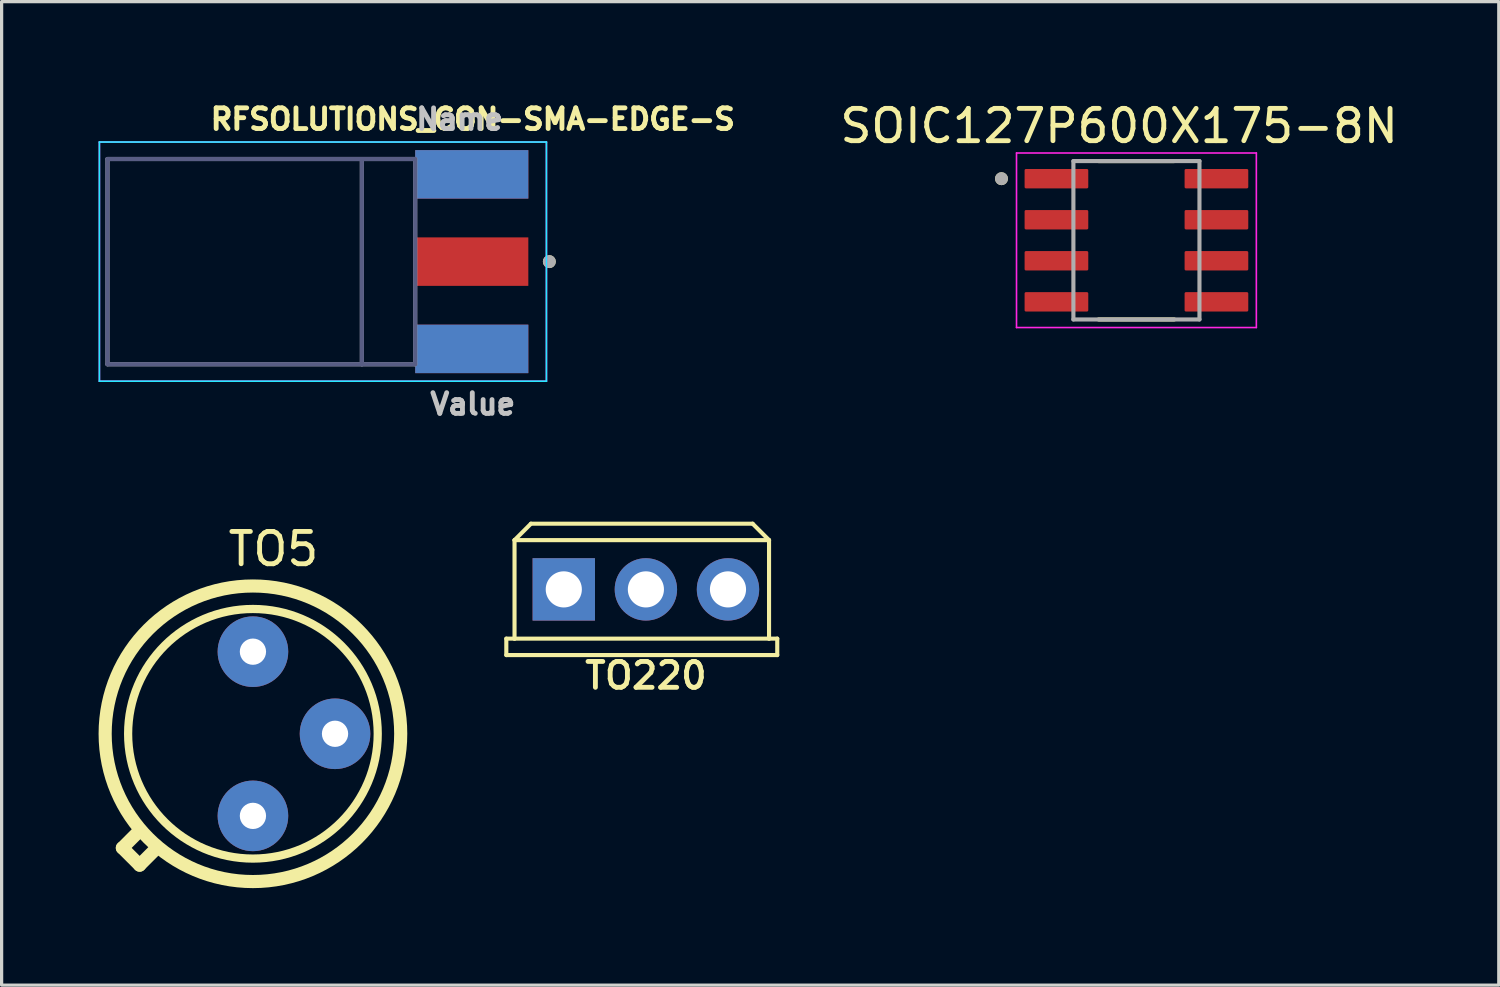
<source format=kicad_pcb>
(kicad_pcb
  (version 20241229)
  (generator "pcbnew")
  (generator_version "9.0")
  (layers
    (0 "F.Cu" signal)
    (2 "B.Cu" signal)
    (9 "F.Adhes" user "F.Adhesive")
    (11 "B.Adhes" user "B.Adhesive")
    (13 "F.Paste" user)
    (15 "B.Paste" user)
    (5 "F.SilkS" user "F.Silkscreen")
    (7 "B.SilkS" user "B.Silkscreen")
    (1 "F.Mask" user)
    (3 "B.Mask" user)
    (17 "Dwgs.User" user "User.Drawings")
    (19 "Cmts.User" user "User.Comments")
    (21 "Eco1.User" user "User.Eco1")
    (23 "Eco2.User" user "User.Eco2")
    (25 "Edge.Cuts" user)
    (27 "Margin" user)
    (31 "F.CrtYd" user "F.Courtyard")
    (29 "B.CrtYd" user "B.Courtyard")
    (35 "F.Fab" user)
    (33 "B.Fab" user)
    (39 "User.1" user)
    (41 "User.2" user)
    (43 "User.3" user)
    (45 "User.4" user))
  (footprint "RFSOLUTIONS_CON-SMA-EDGE-S"
    (layer "F.Cu")
    (at 11.545 5.044)
    (property "Reference" "RFSOLUTIONS_CON-SMA-EDGE-S" (at 0.032 -4.406 0) (layer "F.SilkS") (effects (font (size 0.64 0.64) (thickness 0.15))))
    (attr through_hole)
    (fp_circle (center 2.4 0) (end 2.5 0) (stroke (width 0.2) (type solid)) (fill no) (layer "F.SilkS"))
    (fp_line (start -11.52 -3.7) (end -11.52 3.7) (stroke (width 0.05) (type solid)) (layer "B.CrtYd"))
    (fp_line (start -11.52 3.7) (end 2.31 3.7) (stroke (width 0.05) (type solid)) (layer "B.CrtYd"))
    (fp_line (start 2.31 -3.7) (end -11.52 -3.7) (stroke (width 0.05) (type solid)) (layer "B.CrtYd"))
    (fp_line (start 2.31 3.7) (end 2.31 -3.7) (stroke (width 0.05) (type solid)) (layer "B.CrtYd"))
    (fp_line (start -11.52 -3.7) (end 2.31 -3.7) (stroke (width 0.05) (type solid)) (layer "F.CrtYd"))
    (fp_line (start -11.52 3.7) (end -11.52 -3.7) (stroke (width 0.05) (type solid)) (layer "F.CrtYd"))
    (fp_line (start 2.31 -3.7) (end 2.31 3.7) (stroke (width 0.05) (type solid)) (layer "F.CrtYd"))
    (fp_line (start 2.31 3.7) (end -11.52 3.7) (stroke (width 0.05) (type solid)) (layer "F.CrtYd"))
    (fp_line (start -11.27 -3.175) (end -3.4 -3.175) (stroke (width 0.127) (type solid)) (layer "B.Fab"))
    (fp_line (start -11.27 3.175) (end -11.27 -3.175) (stroke (width 0.127) (type solid)) (layer "B.Fab"))
    (fp_line (start -3.4 -3.175) (end -3.4 3.175) (stroke (width 0.127) (type solid)) (layer "B.Fab"))
    (fp_line (start -3.4 3.175) (end -11.27 3.175) (stroke (width 0.127) (type solid)) (layer "B.Fab"))
    (fp_line (start -3.4 3.175) (end -1.75 3.175) (stroke (width 0.127) (type solid)) (layer "B.Fab"))
    (fp_line (start -1.75 -3.175) (end -3.4 -3.175) (stroke (width 0.127) (type solid)) (layer "B.Fab"))
    (fp_line (start -1.75 3.175) (end -1.75 -3.175) (stroke (width 0.127) (type solid)) (layer "B.Fab"))
    (fp_line (start -11.27 -3.175) (end -11.27 3.175) (stroke (width 0.127) (type solid)) (layer "F.Fab"))
    (fp_line (start -11.27 3.175) (end -3.4 3.175) (stroke (width 0.127) (type solid)) (layer "F.Fab"))
    (fp_line (start -3.4 -3.175) (end -11.27 -3.175) (stroke (width 0.127) (type solid)) (layer "F.Fab"))
    (fp_line (start -3.4 -3.175) (end -1.75 -3.175) (stroke (width 0.127) (type solid)) (layer "F.Fab"))
    (fp_line (start -3.4 3.175) (end -3.4 -3.175) (stroke (width 0.127) (type solid)) (layer "F.Fab"))
    (fp_line (start -1.75 -3.175) (end -1.75 3.175) (stroke (width 0.127) (type solid)) (layer "F.Fab"))
    (fp_line (start -1.75 3.175) (end -3.4 3.175) (stroke (width 0.127) (type solid)) (layer "F.Fab"))
    (fp_circle (center 2.4 0) (end 2.5 0) (stroke (width 0.2) (type solid)) (fill no) (layer "F.Fab"))
    (fp_text user "Name" (at -0.374 -4.406 0) (layer "Dwgs.User") (effects (font (size 0.64 0.64) (thickness 0.15))))
    (fp_text user "Value" (at 0.032 4.406 0) (layer "Dwgs.User") (effects (font (size 0.64 0.64) (thickness 0.15))))
    (pad "1" smd rect (at 0 0) (size 3.5 1.5) (layers "F.Cu" "F.Mask" "F.Paste"))
    (pad "G1" smd rect (at 0 -2.7) (size 3.5 1.5) (layers "F.Cu" "F.Mask" "F.Paste"))
    (pad "G2" smd rect (at 0 2.7) (size 3.5 1.5) (layers "F.Cu" "F.Mask" "F.Paste"))
    (pad "G3" smd rect (at 0 -2.7) (size 3.5 1.5) (layers "B.Cu" "B.Mask" "B.Paste"))
    (pad "G4" smd rect (at 0 2.7) (size 3.5 1.5) (layers "B.Cu" "B.Mask" "B.Paste")))
  (footprint "SOIC127P600X175-8N"
    (layer "F.Cu")
    (at 32.108 4.383)
    (property "Reference" "SOIC127P600X175-8N" (at -0.535 -3.535 0) (layer "F.SilkS") (effects (font (size 1 1) (thickness 0.15))))
    (attr through_hole)
    (fp_line (start -1.17 -2.45) (end 1.17 -2.45) (stroke (width 0.127) (type solid)) (layer "F.SilkS"))
    (fp_line (start -1.17 2.45) (end 1.17 2.45) (stroke (width 0.127) (type solid)) (layer "F.SilkS"))
    (fp_circle (center -4.175 -1.905) (end -4.075 -1.905) (stroke (width 0.2) (type solid)) (fill no) (layer "F.SilkS"))
    (fp_line (start -3.71 -2.7) (end -3.71 2.7) (stroke (width 0.05) (type solid)) (layer "F.CrtYd"))
    (fp_line (start -3.71 2.7) (end 3.71 2.7) (stroke (width 0.05) (type solid)) (layer "F.CrtYd"))
    (fp_line (start 3.71 -2.7) (end -3.71 -2.7) (stroke (width 0.05) (type solid)) (layer "F.CrtYd"))
    (fp_line (start 3.71 2.7) (end 3.71 -2.7) (stroke (width 0.05) (type solid)) (layer "F.CrtYd"))
    (fp_line (start -1.95 -2.45) (end -1.95 2.45) (stroke (width 0.127) (type solid)) (layer "F.Fab"))
    (fp_line (start -1.95 -2.45) (end 1.95 -2.45) (stroke (width 0.127) (type solid)) (layer "F.Fab"))
    (fp_line (start -1.95 2.45) (end 1.95 2.45) (stroke (width 0.127) (type solid)) (layer "F.Fab"))
    (fp_line (start 1.95 -2.45) (end 1.95 2.45) (stroke (width 0.127) (type solid)) (layer "F.Fab"))
    (fp_circle (center -4.175 -1.905) (end -4.075 -1.905) (stroke (width 0.2) (type solid)) (fill no) (layer "F.Fab"))
    (pad "1" smd roundrect (at -2.475 -1.905) (size 1.97 0.6) (layers "F.Cu" "F.Mask" "F.Paste") (roundrect_rratio 0.07))
    (pad "2" smd roundrect (at -2.475 -0.635) (size 1.97 0.6) (layers "F.Cu" "F.Mask" "F.Paste") (roundrect_rratio 0.07))
    (pad "3" smd roundrect (at -2.475 0.635) (size 1.97 0.6) (layers "F.Cu" "F.Mask" "F.Paste") (roundrect_rratio 0.07))
    (pad "4" smd roundrect (at -2.475 1.905) (size 1.97 0.6) (layers "F.Cu" "F.Mask" "F.Paste") (roundrect_rratio 0.07))
    (pad "5" smd roundrect (at 2.475 1.905) (size 1.97 0.6) (layers "F.Cu" "F.Mask" "F.Paste") (roundrect_rratio 0.07))
    (pad "6" smd roundrect (at 2.475 0.635) (size 1.97 0.6) (layers "F.Cu" "F.Mask" "F.Paste") (roundrect_rratio 0.07))
    (pad "7" smd roundrect (at 2.475 -0.635) (size 1.97 0.6) (layers "F.Cu" "F.Mask" "F.Paste") (roundrect_rratio 0.07))
    (pad "8" smd roundrect (at 2.475 -1.905) (size 1.97 0.6) (layers "F.Cu" "F.Mask" "F.Paste") (roundrect_rratio 0.07)))
  (footprint "TO220"
    (layer "F.Cu")
    (at 16.932 15.184)
    (property "Reference" "TO220" (at 0 2.667 0) (layer "F.SilkS") (effects (font (size 0.8 0.8) (thickness 0.15))))
    (attr through_hole)
    (fp_line (start -4.318 1.524) (end -4.318 2.032) (stroke (width 0.127) (type solid)) (layer "F.SilkS"))
    (fp_line (start -4.318 2.032) (end 4.064 2.032) (stroke (width 0.127) (type solid)) (layer "F.SilkS"))
    (fp_line (start -4.064 -1.524) (end -4.064 1.524) (stroke (width 0.127) (type solid)) (layer "F.SilkS"))
    (fp_line (start -4.064 -1.524) (end -3.556 -2.032) (stroke (width 0.127) (type solid)) (layer "F.SilkS"))
    (fp_line (start -4.064 -1.524) (end 3.81 -1.524) (stroke (width 0.127) (type solid)) (layer "F.SilkS"))
    (fp_line (start -4.064 1.524) (end -4.318 1.524) (stroke (width 0.127) (type solid)) (layer "F.SilkS"))
    (fp_line (start -3.556 -2.032) (end 3.302 -2.032) (stroke (width 0.127) (type solid)) (layer "F.SilkS"))
    (fp_line (start 3.302 -2.032) (end 3.81 -1.524) (stroke (width 0.127) (type solid)) (layer "F.SilkS"))
    (fp_line (start 3.81 -1.524) (end 3.81 1.524) (stroke (width 0.127) (type solid)) (layer "F.SilkS"))
    (fp_line (start 3.81 1.524) (end -4.064 1.524) (stroke (width 0.127) (type solid)) (layer "F.SilkS"))
    (fp_line (start 4.064 1.524) (end 3.81 1.524) (stroke (width 0.127) (type solid)) (layer "F.SilkS"))
    (fp_line (start 4.064 2.032) (end 4.064 1.524) (stroke (width 0.127) (type solid)) (layer "F.SilkS"))
    (pad "1" thru_hole rect (at -2.54 0) (size 1.93 1.93) (drill 1.118) (layers "*.Cu" "*.Mask"))
    (pad "2" thru_hole circle (at 0 0) (size 1.93 1.93) (drill 1.118) (layers "*.Cu" "*.Mask"))
    (pad "3" thru_hole circle (at 2.54 0) (size 1.93 1.93) (drill 1.118) (layers "*.Cu" "*.Mask")))
  (footprint "TO5"
    (layer "F.Cu")
    (at 4.775 19.651)
    (property "Reference" "TO5" (at 0.635 -5.715 0) (layer "F.SilkS") (effects (font (size 1 1) (thickness 0.15))))
    (attr through_hole)
    (fp_line (start -4.039 3.531) (end -3.505 2.997) (stroke (width 0.406) (type solid)) (layer "F.SilkS"))
    (fp_line (start -3.505 4.064) (end -4.039 3.531) (stroke (width 0.406) (type solid)) (layer "F.SilkS"))
    (fp_line (start -2.972 3.531) (end -3.505 4.064) (stroke (width 0.406) (type solid)) (layer "F.SilkS"))
    (fp_circle (center 0 0) (end 3.861 0) (stroke (width 0.254) (type solid)) (fill no) (layer "F.SilkS"))
    (fp_circle (center 0 0) (end 4.572 0) (stroke (width 0.406) (type solid)) (fill no) (layer "F.SilkS"))
    (pad "1" thru_hole circle (at 0 2.54) (size 2.184 2.184) (drill 0.813) (layers "*.Cu" "*.Mask"))
    (pad "2" thru_hole circle (at 2.54 0) (size 2.184 2.184) (drill 0.813) (layers "*.Cu" "*.Mask"))
    (pad "3" thru_hole circle (at 0 -2.54) (size 2.184 2.184) (drill 0.813) (layers "*.Cu" "*.Mask")))
  (gr_rect
    (start -3 -3)
    (end 43.318 27.427)
    (stroke (width 0.1) (type default))
    (fill no)
    (layer "Edge.Cuts")))
</source>
